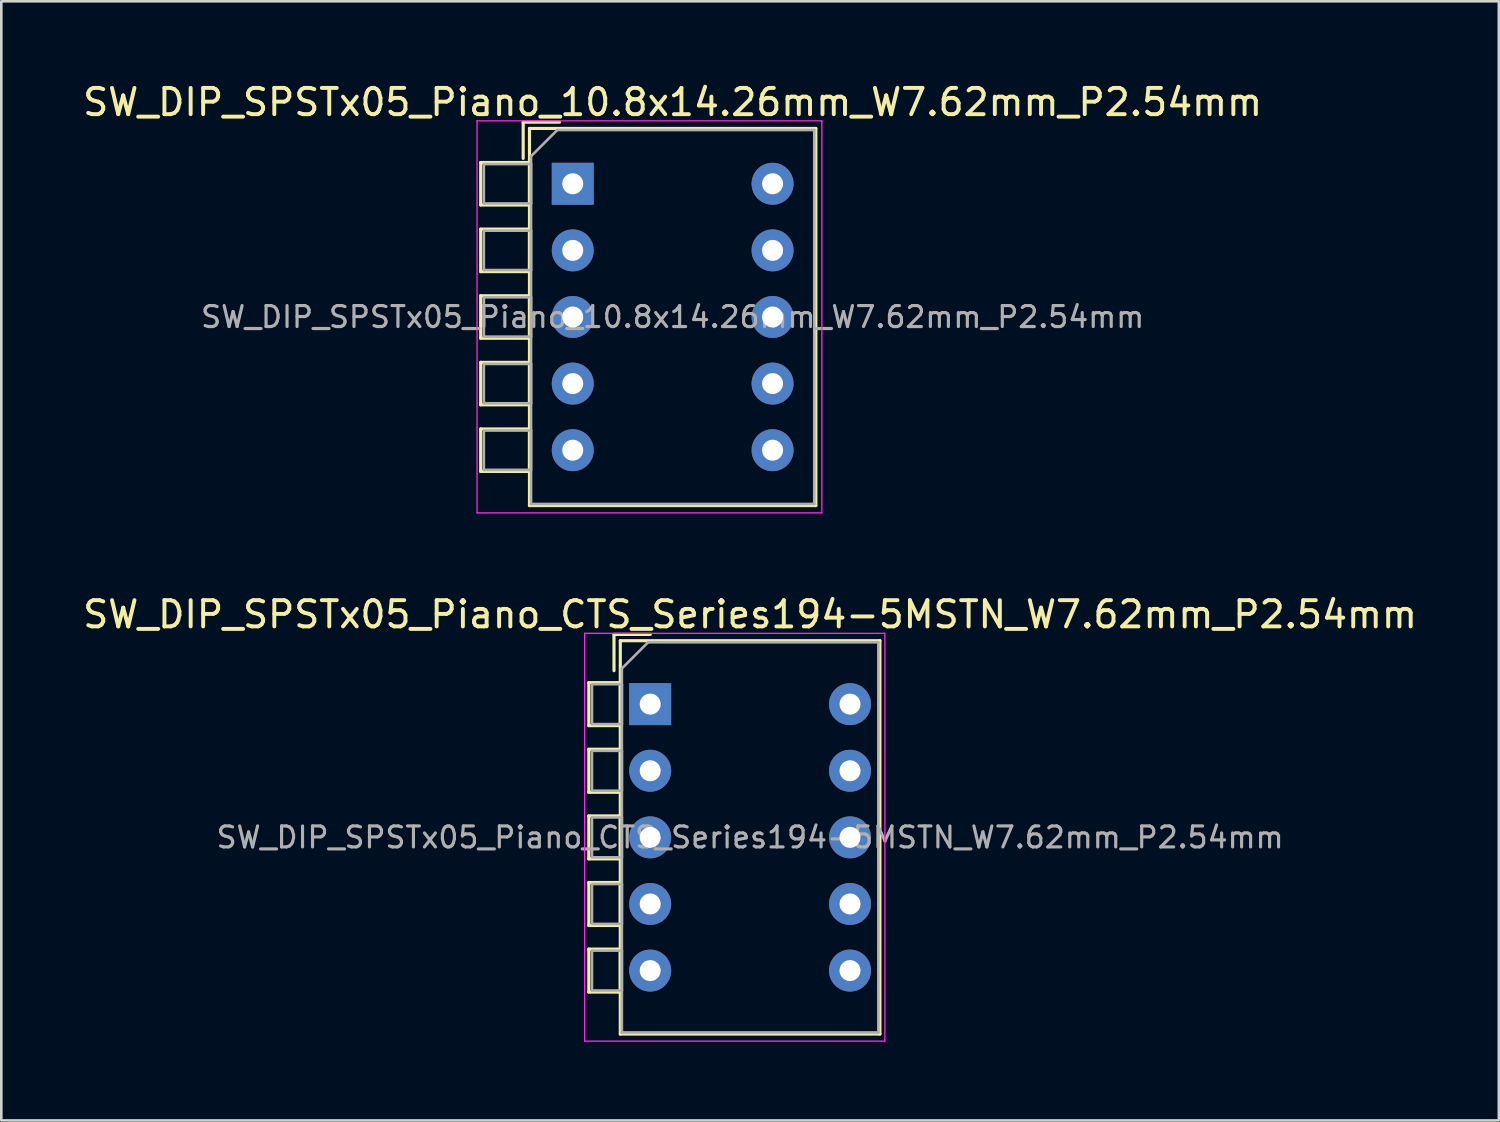
<source format=kicad_pcb>
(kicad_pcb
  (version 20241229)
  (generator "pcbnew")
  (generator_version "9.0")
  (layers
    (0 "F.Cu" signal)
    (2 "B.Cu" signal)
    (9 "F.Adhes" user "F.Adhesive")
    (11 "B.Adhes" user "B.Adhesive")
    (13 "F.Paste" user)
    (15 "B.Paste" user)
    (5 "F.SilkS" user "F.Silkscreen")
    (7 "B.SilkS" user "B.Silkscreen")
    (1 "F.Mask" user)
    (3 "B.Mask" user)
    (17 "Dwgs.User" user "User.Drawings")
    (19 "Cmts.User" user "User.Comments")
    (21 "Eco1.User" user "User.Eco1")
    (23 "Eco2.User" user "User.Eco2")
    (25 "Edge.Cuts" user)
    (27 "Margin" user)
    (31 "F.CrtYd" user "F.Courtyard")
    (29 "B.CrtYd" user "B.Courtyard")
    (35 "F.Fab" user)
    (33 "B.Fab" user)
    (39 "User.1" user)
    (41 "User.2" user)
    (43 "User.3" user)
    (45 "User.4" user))
  (footprint "SW_DIP_SPSTx05_Piano_10.8x14.26mm_W7.62mm_P2.54mm"
    (layer "F.Cu")
    (at 18.791 3.958)
    (property "Reference" "SW_DIP_SPSTx05_Piano_10.8x14.26mm_W7.62mm_P2.54mm" (at 3.81 -3.11 0) (layer "F.SilkS") (effects (font (size 1 1) (thickness 0.15))))
    (attr through_hole)
    (fp_line (start -3.51 -0.81) (end -3.51 0.81) (stroke (width 0.12) (type solid)) (layer "F.SilkS"))
    (fp_line (start -3.51 -0.81) (end -1.65 -0.81) (stroke (width 0.12) (type solid)) (layer "F.SilkS"))
    (fp_line (start -3.51 0.81) (end -1.65 0.81) (stroke (width 0.12) (type solid)) (layer "F.SilkS"))
    (fp_line (start -3.51 1.73) (end -3.51 3.35) (stroke (width 0.12) (type solid)) (layer "F.SilkS"))
    (fp_line (start -3.51 1.73) (end -1.65 1.73) (stroke (width 0.12) (type solid)) (layer "F.SilkS"))
    (fp_line (start -3.51 3.35) (end -1.65 3.35) (stroke (width 0.12) (type solid)) (layer "F.SilkS"))
    (fp_line (start -3.51 4.27) (end -3.51 5.89) (stroke (width 0.12) (type solid)) (layer "F.SilkS"))
    (fp_line (start -3.51 4.27) (end -1.65 4.27) (stroke (width 0.12) (type solid)) (layer "F.SilkS"))
    (fp_line (start -3.51 5.89) (end -1.65 5.89) (stroke (width 0.12) (type solid)) (layer "F.SilkS"))
    (fp_line (start -3.51 6.81) (end -3.51 8.43) (stroke (width 0.12) (type solid)) (layer "F.SilkS"))
    (fp_line (start -3.51 6.81) (end -1.65 6.81) (stroke (width 0.12) (type solid)) (layer "F.SilkS"))
    (fp_line (start -3.51 8.43) (end -1.65 8.43) (stroke (width 0.12) (type solid)) (layer "F.SilkS"))
    (fp_line (start -3.51 9.35) (end -3.51 10.97) (stroke (width 0.12) (type solid)) (layer "F.SilkS"))
    (fp_line (start -3.51 9.35) (end -1.65 9.35) (stroke (width 0.12) (type solid)) (layer "F.SilkS"))
    (fp_line (start -3.51 10.97) (end -1.65 10.97) (stroke (width 0.12) (type solid)) (layer "F.SilkS"))
    (fp_line (start -1.89 -2.35) (end -1.89 -0.967) (stroke (width 0.12) (type solid)) (layer "F.SilkS"))
    (fp_line (start -1.89 -2.35) (end -0.507 -2.35) (stroke (width 0.12) (type solid)) (layer "F.SilkS"))
    (fp_line (start -1.65 -2.11) (end -1.65 12.271) (stroke (width 0.12) (type solid)) (layer "F.SilkS"))
    (fp_line (start -1.65 -2.11) (end 9.27 -2.11) (stroke (width 0.12) (type solid)) (layer "F.SilkS"))
    (fp_line (start -1.65 -0.81) (end -1.65 0.81) (stroke (width 0.12) (type solid)) (layer "F.SilkS"))
    (fp_line (start -1.65 1.73) (end -1.65 3.35) (stroke (width 0.12) (type solid)) (layer "F.SilkS"))
    (fp_line (start -1.65 4.27) (end -1.65 5.89) (stroke (width 0.12) (type solid)) (layer "F.SilkS"))
    (fp_line (start -1.65 6.81) (end -1.65 8.43) (stroke (width 0.12) (type solid)) (layer "F.SilkS"))
    (fp_line (start -1.65 9.35) (end -1.65 10.97) (stroke (width 0.12) (type solid)) (layer "F.SilkS"))
    (fp_line (start -1.65 12.271) (end 9.27 12.271) (stroke (width 0.12) (type solid)) (layer "F.SilkS"))
    (fp_line (start 9.27 -2.11) (end 9.27 12.271) (stroke (width 0.12) (type solid)) (layer "F.SilkS"))
    (fp_line (start -3.65 -2.4) (end -3.65 12.55) (stroke (width 0.05) (type solid)) (layer "F.CrtYd"))
    (fp_line (start -3.65 12.55) (end 9.5 12.55) (stroke (width 0.05) (type solid)) (layer "F.CrtYd"))
    (fp_line (start 9.5 -2.4) (end -3.65 -2.4) (stroke (width 0.05) (type solid)) (layer "F.CrtYd"))
    (fp_line (start 9.5 12.55) (end 9.5 -2.4) (stroke (width 0.05) (type solid)) (layer "F.CrtYd"))
    (fp_line (start -3.39 -0.75) (end -1.59 -0.75) (stroke (width 0.1) (type solid)) (layer "F.Fab"))
    (fp_line (start -3.39 0.75) (end -3.39 -0.75) (stroke (width 0.1) (type solid)) (layer "F.Fab"))
    (fp_line (start -3.39 1.79) (end -1.59 1.79) (stroke (width 0.1) (type solid)) (layer "F.Fab"))
    (fp_line (start -3.39 3.29) (end -3.39 1.79) (stroke (width 0.1) (type solid)) (layer "F.Fab"))
    (fp_line (start -3.39 4.33) (end -1.59 4.33) (stroke (width 0.1) (type solid)) (layer "F.Fab"))
    (fp_line (start -3.39 5.83) (end -3.39 4.33) (stroke (width 0.1) (type solid)) (layer "F.Fab"))
    (fp_line (start -3.39 6.87) (end -1.59 6.87) (stroke (width 0.1) (type solid)) (layer "F.Fab"))
    (fp_line (start -3.39 8.37) (end -3.39 6.87) (stroke (width 0.1) (type solid)) (layer "F.Fab"))
    (fp_line (start -3.39 9.41) (end -1.59 9.41) (stroke (width 0.1) (type solid)) (layer "F.Fab"))
    (fp_line (start -3.39 10.91) (end -3.39 9.41) (stroke (width 0.1) (type solid)) (layer "F.Fab"))
    (fp_line (start -1.59 -1.05) (end -0.59 -2.05) (stroke (width 0.1) (type solid)) (layer "F.Fab"))
    (fp_line (start -1.59 -0.75) (end -1.59 0.75) (stroke (width 0.1) (type solid)) (layer "F.Fab"))
    (fp_line (start -1.59 0.75) (end -3.39 0.75) (stroke (width 0.1) (type solid)) (layer "F.Fab"))
    (fp_line (start -1.59 1.79) (end -1.59 3.29) (stroke (width 0.1) (type solid)) (layer "F.Fab"))
    (fp_line (start -1.59 3.29) (end -3.39 3.29) (stroke (width 0.1) (type solid)) (layer "F.Fab"))
    (fp_line (start -1.59 4.33) (end -1.59 5.83) (stroke (width 0.1) (type solid)) (layer "F.Fab"))
    (fp_line (start -1.59 5.83) (end -3.39 5.83) (stroke (width 0.1) (type solid)) (layer "F.Fab"))
    (fp_line (start -1.59 6.87) (end -1.59 8.37) (stroke (width 0.1) (type solid)) (layer "F.Fab"))
    (fp_line (start -1.59 8.37) (end -3.39 8.37) (stroke (width 0.1) (type solid)) (layer "F.Fab"))
    (fp_line (start -1.59 9.41) (end -1.59 10.91) (stroke (width 0.1) (type solid)) (layer "F.Fab"))
    (fp_line (start -1.59 10.91) (end -3.39 10.91) (stroke (width 0.1) (type solid)) (layer "F.Fab"))
    (fp_line (start -1.59 12.21) (end -1.59 -1.05) (stroke (width 0.1) (type solid)) (layer "F.Fab"))
    (fp_line (start -0.59 -2.05) (end 9.21 -2.05) (stroke (width 0.1) (type solid)) (layer "F.Fab"))
    (fp_line (start 9.21 -2.05) (end 9.21 12.21) (stroke (width 0.1) (type solid)) (layer "F.Fab"))
    (fp_line (start 9.21 12.21) (end -1.59 12.21) (stroke (width 0.1) (type solid)) (layer "F.Fab"))
    (fp_text user "${REFERENCE}" (at 3.81 5.08 0) (layer "F.Fab") (effects (font (size 0.8 0.8) (thickness 0.12))))
    (pad "1" thru_hole rect (at 0 0) (size 1.6 1.6) (drill 0.8) (layers "*.Cu" "*.Mask"))
    (pad "2" thru_hole oval (at 0 2.54) (size 1.6 1.6) (drill 0.8) (layers "*.Cu" "*.Mask"))
    (pad "3" thru_hole oval (at 0 5.08) (size 1.6 1.6) (drill 0.8) (layers "*.Cu" "*.Mask"))
    (pad "4" thru_hole oval (at 0 7.62) (size 1.6 1.6) (drill 0.8) (layers "*.Cu" "*.Mask"))
    (pad "5" thru_hole oval (at 0 10.16) (size 1.6 1.6) (drill 0.8) (layers "*.Cu" "*.Mask"))
    (pad "6" thru_hole oval (at 7.62 10.16) (size 1.6 1.6) (drill 0.8) (layers "*.Cu" "*.Mask"))
    (pad "7" thru_hole oval (at 7.62 7.62) (size 1.6 1.6) (drill 0.8) (layers "*.Cu" "*.Mask"))
    (pad "8" thru_hole oval (at 7.62 5.08) (size 1.6 1.6) (drill 0.8) (layers "*.Cu" "*.Mask"))
    (pad "9" thru_hole oval (at 7.62 2.54) (size 1.6 1.6) (drill 0.8) (layers "*.Cu" "*.Mask"))
    (pad "10" thru_hole oval (at 7.62 0) (size 1.6 1.6) (drill 0.8) (layers "*.Cu" "*.Mask")))
  (footprint "SW_DIP_SPSTx05_Piano_CTS_Series194-5MSTN_W7.62mm_P2.54mm"
    (layer "F.Cu")
    (at 21.744 23.802)
    (property "Reference" "SW_DIP_SPSTx05_Piano_CTS_Series194-5MSTN_W7.62mm_P2.54mm" (at 3.81 -3.42 0) (layer "F.SilkS") (effects (font (size 1 1) (thickness 0.15))))
    (attr through_hole)
    (fp_line (start -2.34 -0.82) (end -2.34 0.82) (stroke (width 0.12) (type solid)) (layer "F.SilkS"))
    (fp_line (start -2.34 -0.82) (end -1.14 -0.82) (stroke (width 0.12) (type solid)) (layer "F.SilkS"))
    (fp_line (start -2.34 0.82) (end -1.14 0.82) (stroke (width 0.12) (type solid)) (layer "F.SilkS"))
    (fp_line (start -2.34 1.72) (end -2.34 3.361) (stroke (width 0.12) (type solid)) (layer "F.SilkS"))
    (fp_line (start -2.34 1.72) (end -1.14 1.72) (stroke (width 0.12) (type solid)) (layer "F.SilkS"))
    (fp_line (start -2.34 3.361) (end -1.14 3.361) (stroke (width 0.12) (type solid)) (layer "F.SilkS"))
    (fp_line (start -2.34 4.261) (end -2.34 5.9) (stroke (width 0.12) (type solid)) (layer "F.SilkS"))
    (fp_line (start -2.34 4.261) (end -1.14 4.261) (stroke (width 0.12) (type solid)) (layer "F.SilkS"))
    (fp_line (start -2.34 5.9) (end -1.14 5.9) (stroke (width 0.12) (type solid)) (layer "F.SilkS"))
    (fp_line (start -2.34 6.801) (end -2.34 8.441) (stroke (width 0.12) (type solid)) (layer "F.SilkS"))
    (fp_line (start -2.34 6.801) (end -1.14 6.801) (stroke (width 0.12) (type solid)) (layer "F.SilkS"))
    (fp_line (start -2.34 8.441) (end -1.14 8.441) (stroke (width 0.12) (type solid)) (layer "F.SilkS"))
    (fp_line (start -2.34 9.34) (end -2.34 10.98) (stroke (width 0.12) (type solid)) (layer "F.SilkS"))
    (fp_line (start -2.34 9.34) (end -1.14 9.34) (stroke (width 0.12) (type solid)) (layer "F.SilkS"))
    (fp_line (start -2.34 10.98) (end -1.14 10.98) (stroke (width 0.12) (type solid)) (layer "F.SilkS"))
    (fp_line (start -1.38 -2.66) (end -1.38 -1.277) (stroke (width 0.12) (type solid)) (layer "F.SilkS"))
    (fp_line (start -1.38 -2.66) (end 0.004 -2.66) (stroke (width 0.12) (type solid)) (layer "F.SilkS"))
    (fp_line (start -1.14 -2.42) (end -1.14 12.58) (stroke (width 0.12) (type solid)) (layer "F.SilkS"))
    (fp_line (start -1.14 -2.42) (end 8.76 -2.42) (stroke (width 0.12) (type solid)) (layer "F.SilkS"))
    (fp_line (start -1.14 -0.82) (end -1.14 0.82) (stroke (width 0.12) (type solid)) (layer "F.SilkS"))
    (fp_line (start -1.14 1.72) (end -1.14 3.361) (stroke (width 0.12) (type solid)) (layer "F.SilkS"))
    (fp_line (start -1.14 4.261) (end -1.14 5.9) (stroke (width 0.12) (type solid)) (layer "F.SilkS"))
    (fp_line (start -1.14 6.801) (end -1.14 8.441) (stroke (width 0.12) (type solid)) (layer "F.SilkS"))
    (fp_line (start -1.14 9.34) (end -1.14 10.98) (stroke (width 0.12) (type solid)) (layer "F.SilkS"))
    (fp_line (start -1.14 12.58) (end 8.76 12.58) (stroke (width 0.12) (type solid)) (layer "F.SilkS"))
    (fp_line (start 8.76 -2.42) (end 8.76 12.58) (stroke (width 0.12) (type solid)) (layer "F.SilkS"))
    (fp_line (start -2.5 -2.7) (end -2.5 12.85) (stroke (width 0.05) (type solid)) (layer "F.CrtYd"))
    (fp_line (start -2.5 12.85) (end 8.95 12.85) (stroke (width 0.05) (type solid)) (layer "F.CrtYd"))
    (fp_line (start 8.95 -2.7) (end -2.5 -2.7) (stroke (width 0.05) (type solid)) (layer "F.CrtYd"))
    (fp_line (start 8.95 12.85) (end 8.95 -2.7) (stroke (width 0.05) (type solid)) (layer "F.CrtYd"))
    (fp_line (start -2.22 -0.76) (end -1.08 -0.76) (stroke (width 0.1) (type solid)) (layer "F.Fab"))
    (fp_line (start -2.22 0.76) (end -2.22 -0.76) (stroke (width 0.1) (type solid)) (layer "F.Fab"))
    (fp_line (start -2.22 1.78) (end -1.08 1.78) (stroke (width 0.1) (type solid)) (layer "F.Fab"))
    (fp_line (start -2.22 3.3) (end -2.22 1.78) (stroke (width 0.1) (type solid)) (layer "F.Fab"))
    (fp_line (start -2.22 4.32) (end -1.08 4.32) (stroke (width 0.1) (type solid)) (layer "F.Fab"))
    (fp_line (start -2.22 5.84) (end -2.22 4.32) (stroke (width 0.1) (type solid)) (layer "F.Fab"))
    (fp_line (start -2.22 6.86) (end -1.08 6.86) (stroke (width 0.1) (type solid)) (layer "F.Fab"))
    (fp_line (start -2.22 8.38) (end -2.22 6.86) (stroke (width 0.1) (type solid)) (layer "F.Fab"))
    (fp_line (start -2.22 9.4) (end -1.08 9.4) (stroke (width 0.1) (type solid)) (layer "F.Fab"))
    (fp_line (start -2.22 10.92) (end -2.22 9.4) (stroke (width 0.1) (type solid)) (layer "F.Fab"))
    (fp_line (start -1.08 -1.36) (end -0.08 -2.36) (stroke (width 0.1) (type solid)) (layer "F.Fab"))
    (fp_line (start -1.08 -0.76) (end -1.08 0.76) (stroke (width 0.1) (type solid)) (layer "F.Fab"))
    (fp_line (start -1.08 0.76) (end -2.22 0.76) (stroke (width 0.1) (type solid)) (layer "F.Fab"))
    (fp_line (start -1.08 1.78) (end -1.08 3.3) (stroke (width 0.1) (type solid)) (layer "F.Fab"))
    (fp_line (start -1.08 3.3) (end -2.22 3.3) (stroke (width 0.1) (type solid)) (layer "F.Fab"))
    (fp_line (start -1.08 4.32) (end -1.08 5.84) (stroke (width 0.1) (type solid)) (layer "F.Fab"))
    (fp_line (start -1.08 5.84) (end -2.22 5.84) (stroke (width 0.1) (type solid)) (layer "F.Fab"))
    (fp_line (start -1.08 6.86) (end -1.08 8.38) (stroke (width 0.1) (type solid)) (layer "F.Fab"))
    (fp_line (start -1.08 8.38) (end -2.22 8.38) (stroke (width 0.1) (type solid)) (layer "F.Fab"))
    (fp_line (start -1.08 9.4) (end -1.08 10.92) (stroke (width 0.1) (type solid)) (layer "F.Fab"))
    (fp_line (start -1.08 10.92) (end -2.22 10.92) (stroke (width 0.1) (type solid)) (layer "F.Fab"))
    (fp_line (start -1.08 12.52) (end -1.08 -1.36) (stroke (width 0.1) (type solid)) (layer "F.Fab"))
    (fp_line (start -0.08 -2.36) (end 8.7 -2.36) (stroke (width 0.1) (type solid)) (layer "F.Fab"))
    (fp_line (start 8.7 -2.36) (end 8.7 12.52) (stroke (width 0.1) (type solid)) (layer "F.Fab"))
    (fp_line (start 8.7 12.52) (end -1.08 12.52) (stroke (width 0.1) (type solid)) (layer "F.Fab"))
    (fp_text user "${REFERENCE}" (at 3.81 5.08 0) (layer "F.Fab") (effects (font (size 0.8 0.8) (thickness 0.12))))
    (pad "1" thru_hole rect (at 0 0) (size 1.6 1.6) (drill 0.8) (layers "*.Cu" "*.Mask"))
    (pad "2" thru_hole oval (at 0 2.54) (size 1.6 1.6) (drill 0.8) (layers "*.Cu" "*.Mask"))
    (pad "3" thru_hole oval (at 0 5.08) (size 1.6 1.6) (drill 0.8) (layers "*.Cu" "*.Mask"))
    (pad "4" thru_hole oval (at 0 7.62) (size 1.6 1.6) (drill 0.8) (layers "*.Cu" "*.Mask"))
    (pad "5" thru_hole oval (at 0 10.16) (size 1.6 1.6) (drill 0.8) (layers "*.Cu" "*.Mask"))
    (pad "6" thru_hole oval (at 7.62 10.16) (size 1.6 1.6) (drill 0.8) (layers "*.Cu" "*.Mask"))
    (pad "7" thru_hole oval (at 7.62 7.62) (size 1.6 1.6) (drill 0.8) (layers "*.Cu" "*.Mask"))
    (pad "8" thru_hole oval (at 7.62 5.08) (size 1.6 1.6) (drill 0.8) (layers "*.Cu" "*.Mask"))
    (pad "9" thru_hole oval (at 7.62 2.54) (size 1.6 1.6) (drill 0.8) (layers "*.Cu" "*.Mask"))
    (pad "10" thru_hole oval (at 7.62 0) (size 1.6 1.6) (drill 0.8) (layers "*.Cu" "*.Mask")))
  (gr_rect
    (start -3 -3)
    (end 54.107 39.676)
    (stroke (width 0.1) (type default))
    (fill no)
    (layer "Edge.Cuts")))
</source>
